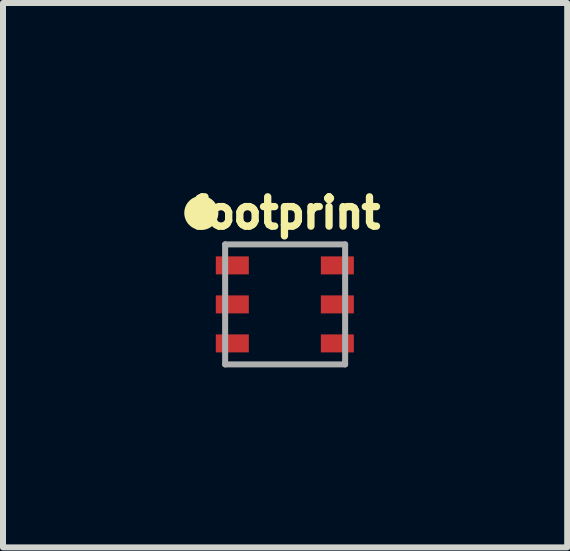
<source format=kicad_pcb>
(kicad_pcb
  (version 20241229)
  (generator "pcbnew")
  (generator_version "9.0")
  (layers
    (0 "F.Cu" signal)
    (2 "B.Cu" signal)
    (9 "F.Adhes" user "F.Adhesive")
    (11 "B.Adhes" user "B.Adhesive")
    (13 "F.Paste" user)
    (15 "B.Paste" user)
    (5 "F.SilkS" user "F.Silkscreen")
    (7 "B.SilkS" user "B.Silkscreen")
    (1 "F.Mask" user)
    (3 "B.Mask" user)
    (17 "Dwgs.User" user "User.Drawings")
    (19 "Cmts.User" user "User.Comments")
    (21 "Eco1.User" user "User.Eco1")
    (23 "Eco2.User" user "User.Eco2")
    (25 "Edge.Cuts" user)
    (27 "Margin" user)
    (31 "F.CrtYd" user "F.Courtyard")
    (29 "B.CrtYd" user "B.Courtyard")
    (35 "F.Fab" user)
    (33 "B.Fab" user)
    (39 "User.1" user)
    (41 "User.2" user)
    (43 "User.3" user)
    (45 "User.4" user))
  (footprint "footprint"
    (layer "F.Cu")
    (at 1.702 2.023)
    (property "Reference" "footprint" (at 0 -1.524 0) (layer "F.SilkS") (effects (font (size 0.488 0.488) (thickness 0.122))))
    (fp_circle (center -1.397 -1.524) (end -1.255 -1.524) (stroke (width 0.284) (type solid)) (fill yes) (layer "F.SilkS"))
    (fp_line (start -1 -1) (end -1 1) (stroke (width 0.1) (type solid)) (layer "F.Fab"))
    (fp_line (start -1 1) (end 1 1) (stroke (width 0.1) (type solid)) (layer "F.Fab"))
    (fp_line (start 1 -1) (end -1 -1) (stroke (width 0.1) (type solid)) (layer "F.Fab"))
    (fp_line (start 1 1) (end 1 -1) (stroke (width 0.1) (type solid)) (layer "F.Fab"))
    (pad "1" smd rect (at -0.88 -0.65) (size 0.55 0.3) (layers "F.Cu" "F.Mask" "F.Paste"))
    (pad "2" smd rect (at -0.88 0) (size 0.55 0.3) (layers "F.Cu" "F.Mask" "F.Paste"))
    (pad "3" smd rect (at -0.88 0.65) (size 0.55 0.3) (layers "F.Cu" "F.Mask" "F.Paste"))
    (pad "4" smd rect (at 0.87 0.65) (size 0.55 0.3) (layers "F.Cu" "F.Mask" "F.Paste"))
    (pad "5" smd rect (at 0.87 0) (size 0.55 0.3) (layers "F.Cu" "F.Mask" "F.Paste"))
    (pad "6" smd rect (at 0.87 -0.65) (size 0.55 0.3) (layers "F.Cu" "F.Mask" "F.Paste")))
  (gr_rect
    (start -3 -3)
    (end 6.403 6.073)
    (stroke (width 0.1) (type default))
    (fill no)
    (layer "Edge.Cuts")))
</source>
